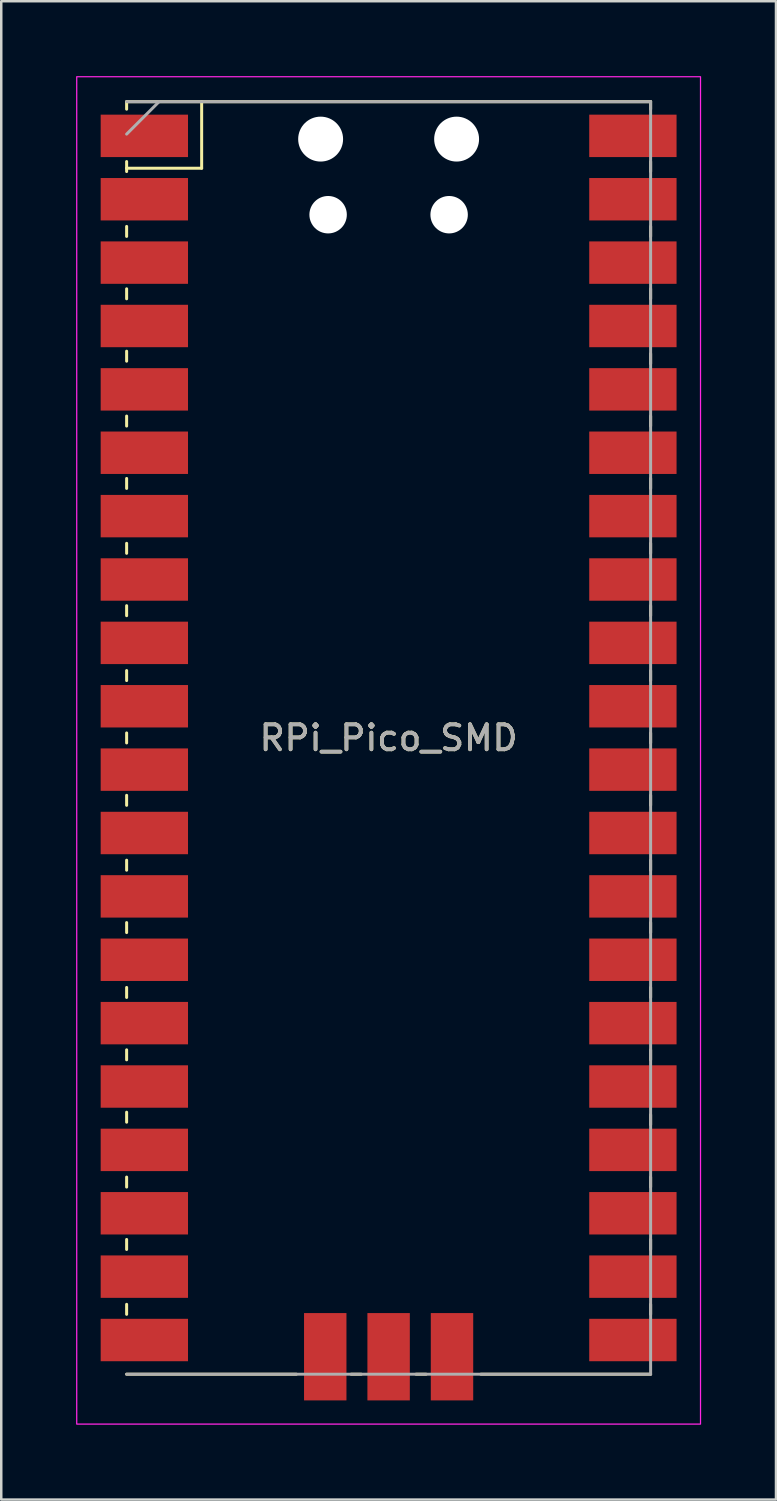
<source format=kicad_pcb>
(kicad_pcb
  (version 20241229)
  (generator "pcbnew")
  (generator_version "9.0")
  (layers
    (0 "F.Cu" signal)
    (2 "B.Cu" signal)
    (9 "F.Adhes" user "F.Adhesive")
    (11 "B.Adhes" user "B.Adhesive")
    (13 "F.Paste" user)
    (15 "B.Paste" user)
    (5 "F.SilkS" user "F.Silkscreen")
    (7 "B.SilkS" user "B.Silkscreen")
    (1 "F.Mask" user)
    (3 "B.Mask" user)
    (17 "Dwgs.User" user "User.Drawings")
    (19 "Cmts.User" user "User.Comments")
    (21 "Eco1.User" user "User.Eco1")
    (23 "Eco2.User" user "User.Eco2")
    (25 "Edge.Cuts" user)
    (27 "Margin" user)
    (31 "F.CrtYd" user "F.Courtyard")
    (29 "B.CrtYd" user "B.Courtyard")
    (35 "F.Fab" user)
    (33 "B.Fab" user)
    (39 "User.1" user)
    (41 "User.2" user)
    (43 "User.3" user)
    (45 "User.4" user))
  (footprint "RPi_Pico_SMD"
    (layer "F.Cu")
    (at 12.525 26.525)
    (property "Reference" "RPi_Pico_SMD" (at 0 0 0) (layer "F.SilkS") (effects (font (size 1 1) (thickness 0.15))))
    (attr through_hole)
    (fp_line (start -10.5 -25.5) (end -10.5 -25.2) (stroke (width 0.12) (type solid)) (layer "F.SilkS"))
    (fp_line (start -10.5 -25.5) (end 10.5 -25.5) (stroke (width 0.12) (type solid)) (layer "F.SilkS"))
    (fp_line (start -10.5 -22.833) (end -7.493 -22.833) (stroke (width 0.12) (type solid)) (layer "F.SilkS"))
    (fp_line (start -10.5 -22.7) (end -10.5 -23.1) (stroke (width 0.12) (type solid)) (layer "F.SilkS"))
    (fp_line (start -10.5 -20.1) (end -10.5 -20.5) (stroke (width 0.12) (type solid)) (layer "F.SilkS"))
    (fp_line (start -10.5 -17.6) (end -10.5 -18) (stroke (width 0.12) (type solid)) (layer "F.SilkS"))
    (fp_line (start -10.5 -15.1) (end -10.5 -15.5) (stroke (width 0.12) (type solid)) (layer "F.SilkS"))
    (fp_line (start -10.5 -12.5) (end -10.5 -12.9) (stroke (width 0.12) (type solid)) (layer "F.SilkS"))
    (fp_line (start -10.5 -10) (end -10.5 -10.4) (stroke (width 0.12) (type solid)) (layer "F.SilkS"))
    (fp_line (start -10.5 -7.4) (end -10.5 -7.8) (stroke (width 0.12) (type solid)) (layer "F.SilkS"))
    (fp_line (start -10.5 -4.9) (end -10.5 -5.3) (stroke (width 0.12) (type solid)) (layer "F.SilkS"))
    (fp_line (start -10.5 -2.3) (end -10.5 -2.7) (stroke (width 0.12) (type solid)) (layer "F.SilkS"))
    (fp_line (start -10.5 0.2) (end -10.5 -0.2) (stroke (width 0.12) (type solid)) (layer "F.SilkS"))
    (fp_line (start -10.5 2.7) (end -10.5 2.3) (stroke (width 0.12) (type solid)) (layer "F.SilkS"))
    (fp_line (start -10.5 5.3) (end -10.5 4.9) (stroke (width 0.12) (type solid)) (layer "F.SilkS"))
    (fp_line (start -10.5 7.8) (end -10.5 7.4) (stroke (width 0.12) (type solid)) (layer "F.SilkS"))
    (fp_line (start -10.5 10.4) (end -10.5 10) (stroke (width 0.12) (type solid)) (layer "F.SilkS"))
    (fp_line (start -10.5 12.9) (end -10.5 12.5) (stroke (width 0.12) (type solid)) (layer "F.SilkS"))
    (fp_line (start -10.5 15.4) (end -10.5 15) (stroke (width 0.12) (type solid)) (layer "F.SilkS"))
    (fp_line (start -10.5 18) (end -10.5 17.6) (stroke (width 0.12) (type solid)) (layer "F.SilkS"))
    (fp_line (start -10.5 20.5) (end -10.5 20.1) (stroke (width 0.12) (type solid)) (layer "F.SilkS"))
    (fp_line (start -10.5 23.1) (end -10.5 22.7) (stroke (width 0.12) (type solid)) (layer "F.SilkS"))
    (fp_line (start -7.493 -22.833) (end -7.493 -25.5) (stroke (width 0.12) (type solid)) (layer "F.SilkS"))
    (fp_line (start -3.7 25.5) (end -10.5 25.5) (stroke (width 0.12) (type solid)) (layer "F.SilkS"))
    (fp_line (start -1.5 25.5) (end -1.1 25.5) (stroke (width 0.12) (type solid)) (layer "F.SilkS"))
    (fp_line (start 1.1 25.5) (end 1.5 25.5) (stroke (width 0.12) (type solid)) (layer "F.SilkS"))
    (fp_line (start 10.5 -25.5) (end 10.5 -25.2) (stroke (width 0.12) (type solid)) (layer "F.SilkS"))
    (fp_line (start 10.5 -23.1) (end 10.5 -22.7) (stroke (width 0.12) (type solid)) (layer "F.SilkS"))
    (fp_line (start 10.5 -20.5) (end 10.5 -20.1) (stroke (width 0.12) (type solid)) (layer "F.SilkS"))
    (fp_line (start 10.5 -18) (end 10.5 -17.6) (stroke (width 0.12) (type solid)) (layer "F.SilkS"))
    (fp_line (start 10.5 -15.4) (end 10.5 -15) (stroke (width 0.12) (type solid)) (layer "F.SilkS"))
    (fp_line (start 10.5 -12.9) (end 10.5 -12.5) (stroke (width 0.12) (type solid)) (layer "F.SilkS"))
    (fp_line (start 10.5 -10.4) (end 10.5 -10) (stroke (width 0.12) (type solid)) (layer "F.SilkS"))
    (fp_line (start 10.5 -7.8) (end 10.5 -7.4) (stroke (width 0.12) (type solid)) (layer "F.SilkS"))
    (fp_line (start 10.5 -5.3) (end 10.5 -4.9) (stroke (width 0.12) (type solid)) (layer "F.SilkS"))
    (fp_line (start 10.5 -2.7) (end 10.5 -2.3) (stroke (width 0.12) (type solid)) (layer "F.SilkS"))
    (fp_line (start 10.5 -0.2) (end 10.5 0.2) (stroke (width 0.12) (type solid)) (layer "F.SilkS"))
    (fp_line (start 10.5 2.3) (end 10.5 2.7) (stroke (width 0.12) (type solid)) (layer "F.SilkS"))
    (fp_line (start 10.5 4.9) (end 10.5 5.3) (stroke (width 0.12) (type solid)) (layer "F.SilkS"))
    (fp_line (start 10.5 7.4) (end 10.5 7.8) (stroke (width 0.12) (type solid)) (layer "F.SilkS"))
    (fp_line (start 10.5 10) (end 10.5 10.4) (stroke (width 0.12) (type solid)) (layer "F.SilkS"))
    (fp_line (start 10.5 12.5) (end 10.5 12.9) (stroke (width 0.12) (type solid)) (layer "F.SilkS"))
    (fp_line (start 10.5 15.1) (end 10.5 15.5) (stroke (width 0.12) (type solid)) (layer "F.SilkS"))
    (fp_line (start 10.5 17.6) (end 10.5 18) (stroke (width 0.12) (type solid)) (layer "F.SilkS"))
    (fp_line (start 10.5 20.1) (end 10.5 20.5) (stroke (width 0.12) (type solid)) (layer "F.SilkS"))
    (fp_line (start 10.5 22.7) (end 10.5 23.1) (stroke (width 0.12) (type solid)) (layer "F.SilkS"))
    (fp_line (start 10.5 25.5) (end 3.7 25.5) (stroke (width 0.12) (type solid)) (layer "F.SilkS"))
    (fp_rect (start -12.5 -26.5) (end 12.5 27.5) (stroke (width 0.05) (type solid)) (fill no) (layer "F.CrtYd"))
    (fp_line (start -10.5 -25.5) (end 10.5 -25.5) (stroke (width 0.12) (type solid)) (layer "F.Fab"))
    (fp_line (start -10.5 -24.2) (end -9.2 -25.5) (stroke (width 0.12) (type solid)) (layer "F.Fab"))
    (fp_line (start 10.5 -25.5) (end 10.5 25.5) (stroke (width 0.12) (type solid)) (layer "F.Fab"))
    (fp_line (start 10.5 25.5) (end -10.5 25.5) (stroke (width 0.12) (type solid)) (layer "F.Fab"))
    (fp_text user "${REFERENCE}" (at 0 0 180) (layer "F.Fab") (effects (font (size 1 1) (thickness 0.15))))
    (pad "" np_thru_hole oval (at -2.725 -24) (size 1.8 1.8) (drill 1.8) (layers "*.Cu" "*.Mask"))
    (pad "" np_thru_hole oval (at -2.425 -20.97) (size 1.5 1.5) (drill 1.5) (layers "*.Cu" "*.Mask"))
    (pad "" np_thru_hole oval (at 2.425 -20.97) (size 1.5 1.5) (drill 1.5) (layers "*.Cu" "*.Mask"))
    (pad "" np_thru_hole oval (at 2.725 -24) (size 1.8 1.8) (drill 1.8) (layers "*.Cu" "*.Mask"))
    (pad "1" smd rect (at -8.89 -24.13) (size 3.5 1.7) (drill (offset -0.9 0)) (layers "F.Cu" "F.Mask"))
    (pad "2" smd rect (at -8.89 -21.59) (size 3.5 1.7) (drill (offset -0.9 0)) (layers "F.Cu" "F.Mask"))
    (pad "3" smd rect (at -8.89 -19.05) (size 3.5 1.7) (drill (offset -0.9 0)) (layers "F.Cu" "F.Mask"))
    (pad "4" smd rect (at -8.89 -16.51) (size 3.5 1.7) (drill (offset -0.9 0)) (layers "F.Cu" "F.Mask"))
    (pad "5" smd rect (at -8.89 -13.97) (size 3.5 1.7) (drill (offset -0.9 0)) (layers "F.Cu" "F.Mask"))
    (pad "6" smd rect (at -8.89 -11.43) (size 3.5 1.7) (drill (offset -0.9 0)) (layers "F.Cu" "F.Mask"))
    (pad "7" smd rect (at -8.89 -8.89) (size 3.5 1.7) (drill (offset -0.9 0)) (layers "F.Cu" "F.Mask"))
    (pad "8" smd rect (at -8.89 -6.35) (size 3.5 1.7) (drill (offset -0.9 0)) (layers "F.Cu" "F.Mask"))
    (pad "9" smd rect (at -8.89 -3.81) (size 3.5 1.7) (drill (offset -0.9 0)) (layers "F.Cu" "F.Mask"))
    (pad "10" smd rect (at -8.89 -1.27) (size 3.5 1.7) (drill (offset -0.9 0)) (layers "F.Cu" "F.Mask"))
    (pad "11" smd rect (at -8.89 1.27) (size 3.5 1.7) (drill (offset -0.9 0)) (layers "F.Cu" "F.Mask"))
    (pad "12" smd rect (at -8.89 3.81) (size 3.5 1.7) (drill (offset -0.9 0)) (layers "F.Cu" "F.Mask"))
    (pad "13" smd rect (at -8.89 6.35) (size 3.5 1.7) (drill (offset -0.9 0)) (layers "F.Cu" "F.Mask"))
    (pad "14" smd rect (at -8.89 8.89) (size 3.5 1.7) (drill (offset -0.9 0)) (layers "F.Cu" "F.Mask"))
    (pad "15" smd rect (at -8.89 11.43) (size 3.5 1.7) (drill (offset -0.9 0)) (layers "F.Cu" "F.Mask"))
    (pad "16" smd rect (at -8.89 13.97) (size 3.5 1.7) (drill (offset -0.9 0)) (layers "F.Cu" "F.Mask"))
    (pad "17" smd rect (at -8.89 16.51) (size 3.5 1.7) (drill (offset -0.9 0)) (layers "F.Cu" "F.Mask"))
    (pad "18" smd rect (at -8.89 19.05) (size 3.5 1.7) (drill (offset -0.9 0)) (layers "F.Cu" "F.Mask"))
    (pad "19" smd rect (at -8.89 21.59) (size 3.5 1.7) (drill (offset -0.9 0)) (layers "F.Cu" "F.Mask"))
    (pad "20" smd rect (at -8.89 24.13) (size 3.5 1.7) (drill (offset -0.9 0)) (layers "F.Cu" "F.Mask"))
    (pad "21" smd rect (at 8.89 24.13) (size 3.5 1.7) (drill (offset 0.9 0)) (layers "F.Cu" "F.Mask"))
    (pad "22" smd rect (at 8.89 21.59) (size 3.5 1.7) (drill (offset 0.9 0)) (layers "F.Cu" "F.Mask"))
    (pad "23" smd rect (at 8.89 19.05) (size 3.5 1.7) (drill (offset 0.9 0)) (layers "F.Cu" "F.Mask"))
    (pad "24" smd rect (at 8.89 16.51) (size 3.5 1.7) (drill (offset 0.9 0)) (layers "F.Cu" "F.Mask"))
    (pad "25" smd rect (at 8.89 13.97) (size 3.5 1.7) (drill (offset 0.9 0)) (layers "F.Cu" "F.Mask"))
    (pad "26" smd rect (at 8.89 11.43) (size 3.5 1.7) (drill (offset 0.9 0)) (layers "F.Cu" "F.Mask"))
    (pad "27" smd rect (at 8.89 8.89) (size 3.5 1.7) (drill (offset 0.9 0)) (layers "F.Cu" "F.Mask"))
    (pad "28" smd rect (at 8.89 6.35) (size 3.5 1.7) (drill (offset 0.9 0)) (layers "F.Cu" "F.Mask"))
    (pad "29" smd rect (at 8.89 3.81) (size 3.5 1.7) (drill (offset 0.9 0)) (layers "F.Cu" "F.Mask"))
    (pad "30" smd rect (at 8.89 1.27) (size 3.5 1.7) (drill (offset 0.9 0)) (layers "F.Cu" "F.Mask"))
    (pad "31" smd rect (at 8.89 -1.27) (size 3.5 1.7) (drill (offset 0.9 0)) (layers "F.Cu" "F.Mask"))
    (pad "32" smd rect (at 8.89 -3.81) (size 3.5 1.7) (drill (offset 0.9 0)) (layers "F.Cu" "F.Mask"))
    (pad "33" smd rect (at 8.89 -6.35) (size 3.5 1.7) (drill (offset 0.9 0)) (layers "F.Cu" "F.Mask"))
    (pad "34" smd rect (at 8.89 -8.89) (size 3.5 1.7) (drill (offset 0.9 0)) (layers "F.Cu" "F.Mask"))
    (pad "35" smd rect (at 8.89 -11.43) (size 3.5 1.7) (drill (offset 0.9 0)) (layers "F.Cu" "F.Mask"))
    (pad "36" smd rect (at 8.89 -13.97) (size 3.5 1.7) (drill (offset 0.9 0)) (layers "F.Cu" "F.Mask"))
    (pad "37" smd rect (at 8.89 -16.51) (size 3.5 1.7) (drill (offset 0.9 0)) (layers "F.Cu" "F.Mask"))
    (pad "38" smd rect (at 8.89 -19.05) (size 3.5 1.7) (drill (offset 0.9 0)) (layers "F.Cu" "F.Mask"))
    (pad "39" smd rect (at 8.89 -21.59) (size 3.5 1.7) (drill (offset 0.9 0)) (layers "F.Cu" "F.Mask"))
    (pad "40" smd rect (at 8.89 -24.13) (size 3.5 1.7) (drill (offset 0.9 0)) (layers "F.Cu" "F.Mask"))
    (pad "41" smd rect (at -2.54 23.9 90) (size 3.5 1.7) (drill (offset -0.9 0)) (layers "F.Cu" "F.Mask"))
    (pad "42" smd rect (at 0 23.9 90) (size 3.5 1.7) (drill (offset -0.9 0)) (layers "F.Cu" "F.Mask"))
    (pad "43" smd rect (at 2.54 23.9 90) (size 3.5 1.7) (drill (offset -0.9 0)) (layers "F.Cu" "F.Mask"))
    (zone (net_name "") (layer "F.Cu") (hatch edge 0.508) (connect_pads) (min_thickness 0.254) (filled_areas_thickness no) (keepout (tracks not_allowed) (vias not_allowed) (pads not_allowed) (copperpour not_allowed) (footprints allowed)) (placement (enabled no)) (fill) (polygon (pts (xy 11.125 10.125) (xy 8.925 10.125) (xy 8.925 7.925) (xy 11.125 7.925))))
    (zone (net_name "") (layer "F.Cu") (hatch edge 0.508) (connect_pads) (min_thickness 0.254) (filled_areas_thickness no) (keepout (tracks not_allowed) (vias not_allowed) (pads not_allowed) (copperpour not_allowed) (footprints allowed)) (placement (enabled no)) (fill) (polygon (pts (xy 11.125 12.625) (xy 8.925 12.625) (xy 8.925 10.425) (xy 11.125 10.425))))
    (zone (net_name "") (layer "F.Cu") (hatch edge 0.508) (connect_pads) (min_thickness 0.254) (filled_areas_thickness no) (keepout (tracks not_allowed) (vias not_allowed) (pads not_allowed) (copperpour not_allowed) (footprints allowed)) (placement (enabled no)) (fill) (polygon (pts (xy 11.125 15.125) (xy 8.925 15.125) (xy 8.925 12.925) (xy 11.125 12.925))))
    (zone (net_name "") (layer "F.Cu") (hatch edge 0.508) (connect_pads) (min_thickness 0.254) (filled_areas_thickness no) (keepout (tracks not_allowed) (vias not_allowed) (pads allowed) (copperpour not_allowed) (footprints not_allowed)) (placement (enabled no)) (fill) (polygon (pts (xy 16.325 6.425) (xy 8.725 6.425) (xy 8.725 1.525) (xy 16.325 1.525)))))
  (gr_rect
    (start -3 -3)
    (end 28.05 57.05)
    (stroke (width 0.1) (type default))
    (fill no)
    (layer "Edge.Cuts")))
</source>
